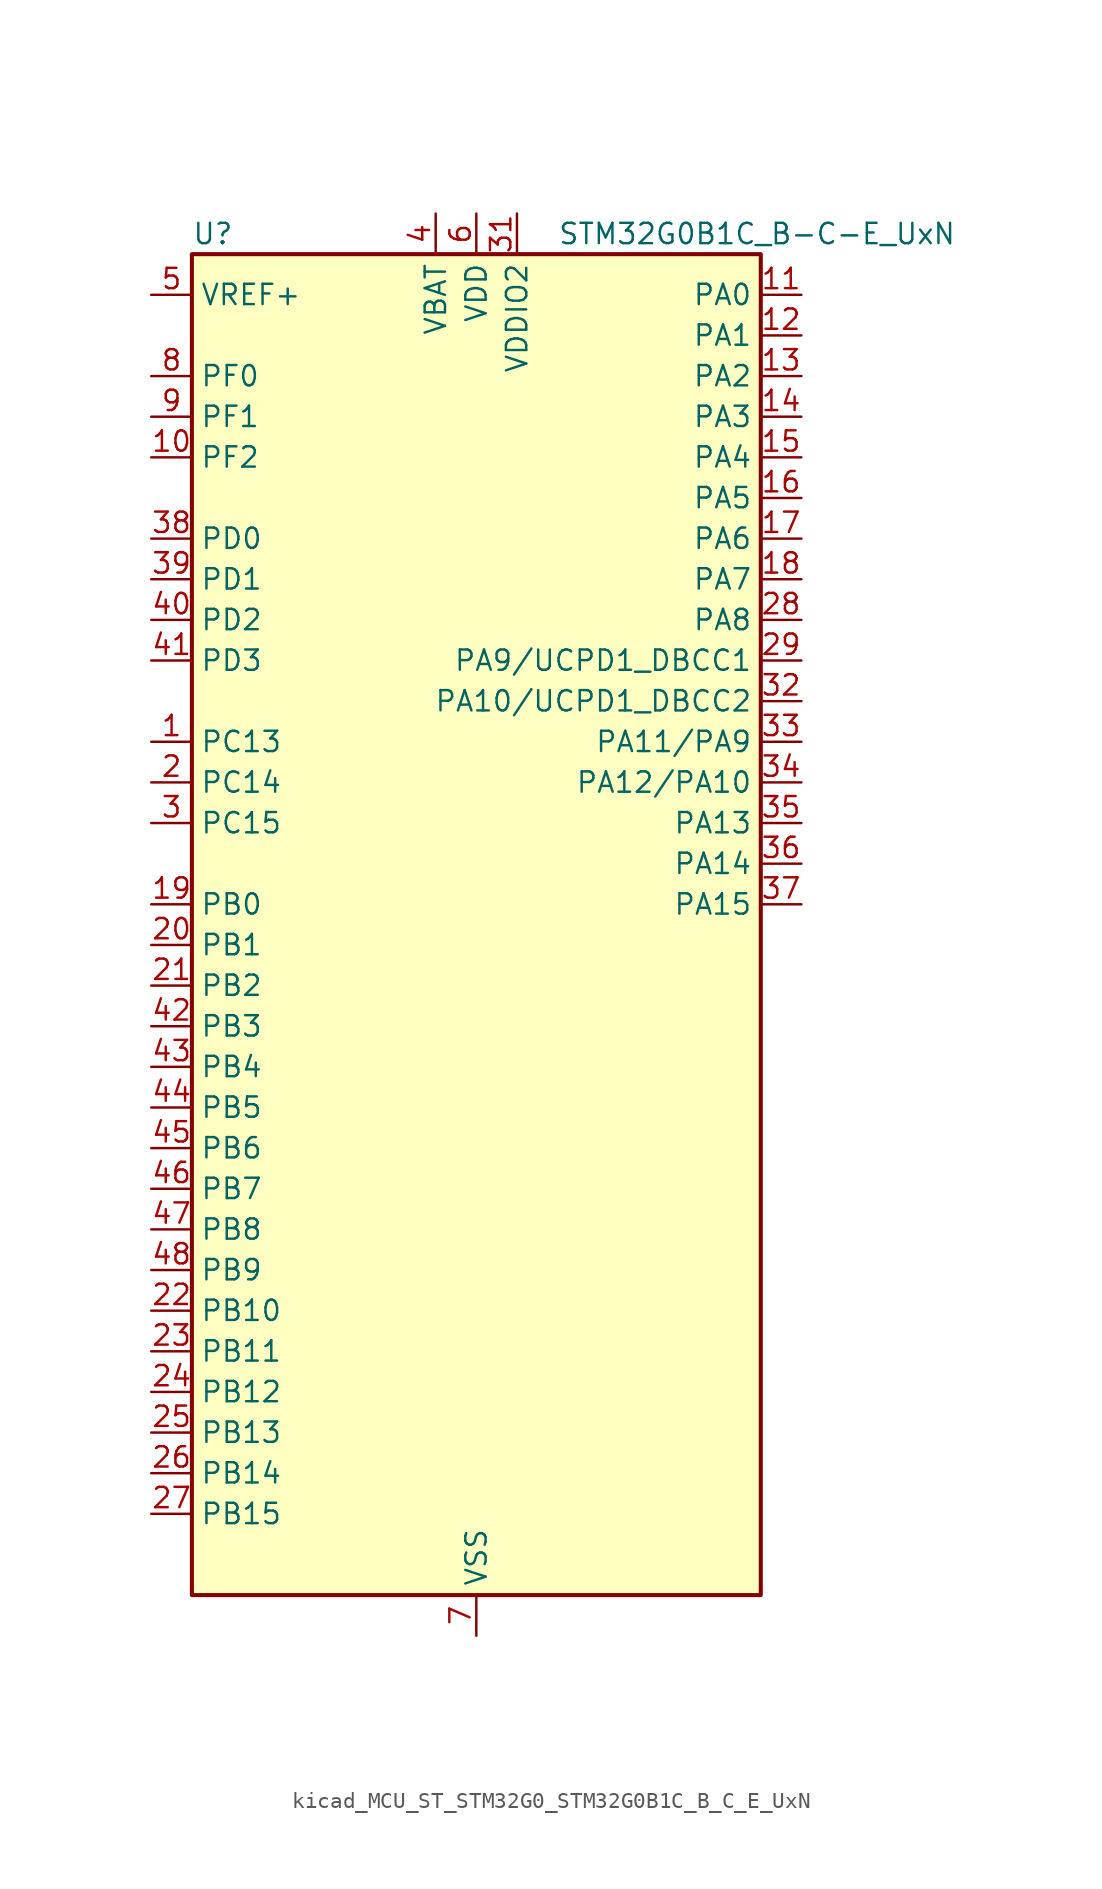
<source format=kicad_sym>
(kicad_symbol_lib
  (version 20220914)
  (generator kicad_symbol_editor)
  (symbol "kicad_MCU_ST_STM32G0_STM32G0B1C_B_C_E_UxN"
    (property "Reference" "U"
      (at -17.78 44.45 0)
      (effects (font (size 1.27 1.27)) (justify left)))
    (property "Value" "STM32G0B1C_B-C-E_UxN"
      (at 5.08 44.45 0)
      (effects (font (size 1.27 1.27)) (justify left)))
    (property "ki_locked" ""
      (at 0 0 0)
      (effects (font (size 1.27 1.27))))
    (symbol "kicad_MCU_ST_STM32G0_STM32G0B1C_B_C_E_UxN_0_1"
      (rectangle (start -17.78 -40.64) (end 17.78 43.18) (stroke (width 0.254) (type default)) (fill (type background))))
    (symbol "kicad_MCU_ST_STM32G0_STM32G0B1C_B_C_E_UxN_1_1"
      (pin bidirectional line (at -20.32 12.7 0) (length 2.54) (name "PC13" (effects (font (size 1.27 1.27)))) (number "1" (effects (font (size 1.27 1.27)))) (alternate "RTC_OUT1" bidirectional line) (alternate "RTC_TAMP_IN1" bidirectional line) (alternate "RTC_TS" bidirectional line) (alternate "SYS_WKUP2" bidirectional line) (alternate "TIM1_BK" bidirectional line))
      (pin bidirectional line (at -20.32 30.48 0) (length 2.54) (name "PF2" (effects (font (size 1.27 1.27)))) (number "10" (effects (font (size 1.27 1.27)))) (alternate "LPUART2_DE" bidirectional line) (alternate "LPUART2_RTS" bidirectional line) (alternate "LPUART2_TX" bidirectional line) (alternate "RCC_MCO" bidirectional line))
      (pin bidirectional line (at 20.32 40.64 180) (length 2.54) (name "PA0" (effects (font (size 1.27 1.27)))) (number "11" (effects (font (size 1.27 1.27)))) (alternate "ADC1_IN0" bidirectional line) (alternate "COMP1_INM" bidirectional line) (alternate "COMP1_OUT" bidirectional line) (alternate "I2S2_CK" bidirectional line) (alternate "LPTIM1_OUT" bidirectional line) (alternate "RTC_TAMP_IN2" bidirectional line) (alternate "SPI2_SCK" bidirectional line) (alternate "SYS_WKUP1" bidirectional line) (alternate "TIM2_CH1" bidirectional line) (alternate "TIM2_ETR" bidirectional line) (alternate "UCPD2_FRSTX1" bidirectional line) (alternate "UCPD2_FRSTX2" bidirectional line) (alternate "USART2_CTS" bidirectional line) (alternate "USART2_NSS" bidirectional line) (alternate "USART4_TX" bidirectional line))
      (pin bidirectional line (at 20.32 38.1 180) (length 2.54) (name "PA1" (effects (font (size 1.27 1.27)))) (number "12" (effects (font (size 1.27 1.27)))) (alternate "ADC1_IN1" bidirectional line) (alternate "COMP1_INP" bidirectional line) (alternate "I2C1_SMBA" bidirectional line) (alternate "I2S1_CK" bidirectional line) (alternate "SPI1_SCK" bidirectional line) (alternate "TIM15_CH1N" bidirectional line) (alternate "TIM2_CH2" bidirectional line) (alternate "USART2_CK" bidirectional line) (alternate "USART2_DE" bidirectional line) (alternate "USART2_RTS" bidirectional line) (alternate "USART4_RX" bidirectional line))
      (pin bidirectional line (at 20.32 35.56 180) (length 2.54) (name "PA2" (effects (font (size 1.27 1.27)))) (number "13" (effects (font (size 1.27 1.27)))) (alternate "ADC1_IN2" bidirectional line) (alternate "COMP2_INM" bidirectional line) (alternate "COMP2_OUT" bidirectional line) (alternate "I2S1_SD" bidirectional line) (alternate "LPUART1_TX" bidirectional line) (alternate "RCC_LSCO" bidirectional line) (alternate "SPI1_MOSI" bidirectional line) (alternate "SYS_WKUP4" bidirectional line) (alternate "TIM15_CH1" bidirectional line) (alternate "TIM2_CH3" bidirectional line) (alternate "UCPD1_FRSTX1" bidirectional line) (alternate "UCPD1_FRSTX2" bidirectional line) (alternate "USART2_TX" bidirectional line))
      (pin bidirectional line (at 20.32 33.02 180) (length 2.54) (name "PA3" (effects (font (size 1.27 1.27)))) (number "14" (effects (font (size 1.27 1.27)))) (alternate "ADC1_IN3" bidirectional line) (alternate "COMP2_INP" bidirectional line) (alternate "I2S2_MCK" bidirectional line) (alternate "LPUART1_RX" bidirectional line) (alternate "SPI2_MISO" bidirectional line) (alternate "TIM15_CH2" bidirectional line) (alternate "TIM2_CH4" bidirectional line) (alternate "UCPD2_FRSTX1" bidirectional line) (alternate "UCPD2_FRSTX2" bidirectional line) (alternate "USART2_RX" bidirectional line))
      (pin bidirectional line (at 20.32 30.48 180) (length 2.54) (name "PA4" (effects (font (size 1.27 1.27)))) (number "15" (effects (font (size 1.27 1.27)))) (alternate "ADC1_IN4" bidirectional line) (alternate "DAC1_OUT1" bidirectional line) (alternate "I2S1_WS" bidirectional line) (alternate "I2S2_SD" bidirectional line) (alternate "LPTIM2_OUT" bidirectional line) (alternate "RTC_OUT2" bidirectional line) (alternate "SPI1_NSS" bidirectional line) (alternate "SPI2_MOSI" bidirectional line) (alternate "SPI3_NSS" bidirectional line) (alternate "TIM14_CH1" bidirectional line) (alternate "UCPD2_FRSTX1" bidirectional line) (alternate "UCPD2_FRSTX2" bidirectional line) (alternate "USART6_TX" bidirectional line) (alternate "USB_NOE" bidirectional line))
      (pin bidirectional line (at 20.32 27.94 180) (length 2.54) (name "PA5" (effects (font (size 1.27 1.27)))) (number "16" (effects (font (size 1.27 1.27)))) (alternate "ADC1_IN5" bidirectional line) (alternate "CEC" bidirectional line) (alternate "DAC1_OUT2" bidirectional line) (alternate "I2S1_CK" bidirectional line) (alternate "LPTIM2_ETR" bidirectional line) (alternate "SPI1_SCK" bidirectional line) (alternate "TIM2_CH1" bidirectional line) (alternate "TIM2_ETR" bidirectional line) (alternate "UCPD1_FRSTX1" bidirectional line) (alternate "UCPD1_FRSTX2" bidirectional line) (alternate "USART3_TX" bidirectional line) (alternate "USART6_RX" bidirectional line))
      (pin bidirectional line (at 20.32 25.4 180) (length 2.54) (name "PA6" (effects (font (size 1.27 1.27)))) (number "17" (effects (font (size 1.27 1.27)))) (alternate "ADC1_IN6" bidirectional line) (alternate "COMP1_OUT" bidirectional line) (alternate "I2C2_SDA" bidirectional line) (alternate "I2C3_SDA" bidirectional line) (alternate "I2S1_MCK" bidirectional line) (alternate "LPUART1_CTS" bidirectional line) (alternate "SPI1_MISO" bidirectional line) (alternate "TIM16_CH1" bidirectional line) (alternate "TIM1_BK" bidirectional line) (alternate "TIM3_CH1" bidirectional line) (alternate "USART3_CTS" bidirectional line) (alternate "USART3_NSS" bidirectional line) (alternate "USART6_CTS" bidirectional line) (alternate "USART6_NSS" bidirectional line))
      (pin bidirectional line (at 20.32 22.86 180) (length 2.54) (name "PA7" (effects (font (size 1.27 1.27)))) (number "18" (effects (font (size 1.27 1.27)))) (alternate "ADC1_IN7" bidirectional line) (alternate "COMP2_OUT" bidirectional line) (alternate "I2C2_SCL" bidirectional line) (alternate "I2C3_SCL" bidirectional line) (alternate "I2S1_SD" bidirectional line) (alternate "SPI1_MOSI" bidirectional line) (alternate "TIM14_CH1" bidirectional line) (alternate "TIM17_CH1" bidirectional line) (alternate "TIM1_CH1N" bidirectional line) (alternate "TIM3_CH2" bidirectional line) (alternate "UCPD1_FRSTX1" bidirectional line) (alternate "UCPD1_FRSTX2" bidirectional line) (alternate "USART6_CK" bidirectional line) (alternate "USART6_DE" bidirectional line) (alternate "USART6_RTS" bidirectional line))
      (pin bidirectional line (at -20.32 2.54 0) (length 2.54) (name "PB0" (effects (font (size 1.27 1.27)))) (number "19" (effects (font (size 1.27 1.27)))) (alternate "ADC1_IN8" bidirectional line) (alternate "COMP1_OUT" bidirectional line) (alternate "COMP3_INP" bidirectional line) (alternate "FDCAN2_RX" bidirectional line) (alternate "I2S1_WS" bidirectional line) (alternate "LPTIM1_OUT" bidirectional line) (alternate "LPUART2_CTS" bidirectional line) (alternate "SPI1_NSS" bidirectional line) (alternate "TIM1_CH2N" bidirectional line) (alternate "TIM3_CH3" bidirectional line) (alternate "UCPD1_FRSTX1" bidirectional line) (alternate "UCPD1_FRSTX2" bidirectional line) (alternate "USART3_RX" bidirectional line) (alternate "USART5_TX" bidirectional line))
      (pin bidirectional line (at -20.32 10.16 0) (length 2.54) (name "PC14" (effects (font (size 1.27 1.27)))) (number "2" (effects (font (size 1.27 1.27)))) (alternate "RCC_OSC32_IN" bidirectional line) (alternate "TIM1_BK2" bidirectional line))
      (pin bidirectional line (at -20.32 0 0) (length 2.54) (name "PB1" (effects (font (size 1.27 1.27)))) (number "20" (effects (font (size 1.27 1.27)))) (alternate "ADC1_IN9" bidirectional line) (alternate "COMP1_INM" bidirectional line) (alternate "COMP3_OUT" bidirectional line) (alternate "FDCAN2_TX" bidirectional line) (alternate "LPTIM2_IN1" bidirectional line) (alternate "LPUART1_DE" bidirectional line) (alternate "LPUART1_RTS" bidirectional line) (alternate "LPUART2_DE" bidirectional line) (alternate "LPUART2_RTS" bidirectional line) (alternate "TIM14_CH1" bidirectional line) (alternate "TIM1_CH3N" bidirectional line) (alternate "TIM3_CH4" bidirectional line) (alternate "USART3_CK" bidirectional line) (alternate "USART3_DE" bidirectional line) (alternate "USART3_RTS" bidirectional line) (alternate "USART5_RX" bidirectional line))
      (pin bidirectional line (at -20.32 -2.54 0) (length 2.54) (name "PB2" (effects (font (size 1.27 1.27)))) (number "21" (effects (font (size 1.27 1.27)))) (alternate "ADC1_IN10" bidirectional line) (alternate "COMP1_INP" bidirectional line) (alternate "COMP3_INM" bidirectional line) (alternate "I2S2_MCK" bidirectional line) (alternate "LPTIM1_OUT" bidirectional line) (alternate "RCC_MCO_2" bidirectional line) (alternate "SPI2_MISO" bidirectional line) (alternate "USART3_TX" bidirectional line))
      (pin bidirectional line (at -20.32 -22.86 0) (length 2.54) (name "PB10" (effects (font (size 1.27 1.27)))) (number "22" (effects (font (size 1.27 1.27)))) (alternate "ADC1_IN11" bidirectional line) (alternate "CEC" bidirectional line) (alternate "COMP1_OUT" bidirectional line) (alternate "I2C2_SCL" bidirectional line) (alternate "I2S2_CK" bidirectional line) (alternate "LPUART1_RX" bidirectional line) (alternate "SPI2_SCK" bidirectional line) (alternate "TIM2_CH3" bidirectional line) (alternate "USART3_TX" bidirectional line))
      (pin bidirectional line (at -20.32 -25.4 0) (length 2.54) (name "PB11" (effects (font (size 1.27 1.27)))) (number "23" (effects (font (size 1.27 1.27)))) (alternate "ADC1_EXTI11" bidirectional line) (alternate "ADC1_IN15" bidirectional line) (alternate "COMP2_OUT" bidirectional line) (alternate "I2C2_SDA" bidirectional line) (alternate "I2S2_SD" bidirectional line) (alternate "LPUART1_TX" bidirectional line) (alternate "SPI2_MOSI" bidirectional line) (alternate "TIM2_CH4" bidirectional line) (alternate "USART3_RX" bidirectional line))
      (pin bidirectional line (at -20.32 -27.94 0) (length 2.54) (name "PB12" (effects (font (size 1.27 1.27)))) (number "24" (effects (font (size 1.27 1.27)))) (alternate "ADC1_IN16" bidirectional line) (alternate "FDCAN2_RX" bidirectional line) (alternate "I2C2_SMBA" bidirectional line) (alternate "I2S2_WS" bidirectional line) (alternate "LPUART1_DE" bidirectional line) (alternate "LPUART1_RTS" bidirectional line) (alternate "SPI2_NSS" bidirectional line) (alternate "TIM15_BK" bidirectional line) (alternate "TIM1_BK" bidirectional line) (alternate "UCPD2_FRSTX1" bidirectional line) (alternate "UCPD2_FRSTX2" bidirectional line))
      (pin bidirectional line (at -20.32 -30.48 0) (length 2.54) (name "PB13" (effects (font (size 1.27 1.27)))) (number "25" (effects (font (size 1.27 1.27)))) (alternate "FDCAN2_TX" bidirectional line) (alternate "I2C2_SCL" bidirectional line) (alternate "I2S2_CK" bidirectional line) (alternate "LPUART1_CTS" bidirectional line) (alternate "SPI2_SCK" bidirectional line) (alternate "TIM15_CH1N" bidirectional line) (alternate "TIM1_CH1N" bidirectional line) (alternate "USART3_CTS" bidirectional line) (alternate "USART3_NSS" bidirectional line))
      (pin bidirectional line (at -20.32 -33.02 0) (length 2.54) (name "PB14" (effects (font (size 1.27 1.27)))) (number "26" (effects (font (size 1.27 1.27)))) (alternate "I2C2_SDA" bidirectional line) (alternate "I2S2_MCK" bidirectional line) (alternate "SPI2_MISO" bidirectional line) (alternate "TIM15_CH1" bidirectional line) (alternate "TIM1_CH2N" bidirectional line) (alternate "UCPD1_FRSTX1" bidirectional line) (alternate "UCPD1_FRSTX2" bidirectional line) (alternate "USART3_CK" bidirectional line) (alternate "USART3_DE" bidirectional line) (alternate "USART3_RTS" bidirectional line) (alternate "USART6_CK" bidirectional line) (alternate "USART6_DE" bidirectional line) (alternate "USART6_RTS" bidirectional line))
      (pin bidirectional line (at -20.32 -35.56 0) (length 2.54) (name "PB15" (effects (font (size 1.27 1.27)))) (number "27" (effects (font (size 1.27 1.27)))) (alternate "I2S2_SD" bidirectional line) (alternate "RTC_REFIN" bidirectional line) (alternate "SPI2_MOSI" bidirectional line) (alternate "TIM15_CH1N" bidirectional line) (alternate "TIM15_CH2" bidirectional line) (alternate "TIM1_CH3N" bidirectional line) (alternate "UCPD1_CC2" bidirectional line) (alternate "USART6_CTS" bidirectional line) (alternate "USART6_NSS" bidirectional line))
      (pin bidirectional line (at 20.32 20.32 180) (length 2.54) (name "PA8" (effects (font (size 1.27 1.27)))) (number "28" (effects (font (size 1.27 1.27)))) (alternate "CRS1_SYNC" bidirectional line) (alternate "I2C2_SMBA" bidirectional line) (alternate "I2S2_WS" bidirectional line) (alternate "LPTIM2_OUT" bidirectional line) (alternate "RCC_MCO" bidirectional line) (alternate "SPI2_NSS" bidirectional line) (alternate "TIM1_CH1" bidirectional line) (alternate "UCPD1_CC1" bidirectional line))
      (pin bidirectional line (at 20.32 17.78 180) (length 2.54) (name "PA9/UCPD1_DBCC1" (effects (font (size 1.27 1.27)))) (number "29" (effects (font (size 1.27 1.27)))) (alternate "DAC1_EXTI9" bidirectional line) (alternate "I2C1_SCL" bidirectional line) (alternate "I2C2_SCL" bidirectional line) (alternate "I2S2_MCK" bidirectional line) (alternate "RCC_MCO" bidirectional line) (alternate "SPI2_MISO" bidirectional line) (alternate "TIM15_BK" bidirectional line) (alternate "TIM1_CH2" bidirectional line) (alternate "UCPD1_DBCC1" bidirectional line) (alternate "USART1_TX" bidirectional line))
      (pin bidirectional line (at -20.32 7.62 0) (length 2.54) (name "PC15" (effects (font (size 1.27 1.27)))) (number "3" (effects (font (size 1.27 1.27)))) (alternate "RCC_OSC32_EN" bidirectional line) (alternate "RCC_OSC32_OUT" bidirectional line) (alternate "RCC_OSC_EN" bidirectional line) (alternate "TIM15_BK" bidirectional line))
      (pin passive line (at 0 -43.18 90) (length 2.54) hide (name "VSS" (effects (font (size 1.27 1.27)))) (number "30" (effects (font (size 1.27 1.27)))))
      (pin power_in line (at 2.54 45.72 270) (length 2.54) (name "VDDIO2" (effects (font (size 1.27 1.27)))) (number "31" (effects (font (size 1.27 1.27)))))
      (pin bidirectional line (at 20.32 15.24 180) (length 2.54) (name "PA10/UCPD1_DBCC2" (effects (font (size 1.27 1.27)))) (number "32" (effects (font (size 1.27 1.27)))) (alternate "I2C1_SDA" bidirectional line) (alternate "I2C2_SDA" bidirectional line) (alternate "I2S2_SD" bidirectional line) (alternate "RCC_MCO_2" bidirectional line) (alternate "SPI2_MOSI" bidirectional line) (alternate "TIM17_BK" bidirectional line) (alternate "TIM1_CH3" bidirectional line) (alternate "UCPD1_DBCC2" bidirectional line) (alternate "USART1_RX" bidirectional line))
      (pin bidirectional line (at 20.32 12.7 180) (length 2.54) (name "PA11/PA9" (effects (font (size 1.27 1.27)))) (number "33" (effects (font (size 1.27 1.27)))) (alternate "ADC1_EXTI11" bidirectional line) (alternate "COMP1_OUT" bidirectional line) (alternate "FDCAN1_RX" bidirectional line) (alternate "I2C2_SCL" bidirectional line) (alternate "I2S1_MCK" bidirectional line) (alternate "SPI1_MISO" bidirectional line) (alternate "TIM1_BK2" bidirectional line) (alternate "TIM1_CH4" bidirectional line) (alternate "USART1_CTS" bidirectional line) (alternate "USART1_NSS" bidirectional line) (alternate "USB_DM" bidirectional line))
      (pin bidirectional line (at 20.32 10.16 180) (length 2.54) (name "PA12/PA10" (effects (font (size 1.27 1.27)))) (number "34" (effects (font (size 1.27 1.27)))) (alternate "COMP2_OUT" bidirectional line) (alternate "FDCAN1_TX" bidirectional line) (alternate "I2C2_SDA" bidirectional line) (alternate "I2S1_SD" bidirectional line) (alternate "I2S_CKIN" bidirectional line) (alternate "SPI1_MOSI" bidirectional line) (alternate "TIM1_ETR" bidirectional line) (alternate "USART1_CK" bidirectional line) (alternate "USART1_DE" bidirectional line) (alternate "USART1_RTS" bidirectional line) (alternate "USB_DP" bidirectional line))
      (pin bidirectional line (at 20.32 7.62 180) (length 2.54) (name "PA13" (effects (font (size 1.27 1.27)))) (number "35" (effects (font (size 1.27 1.27)))) (alternate "IR_OUT" bidirectional line) (alternate "LPUART2_RX" bidirectional line) (alternate "SYS_SWDIO" bidirectional line) (alternate "USB_NOE" bidirectional line))
      (pin bidirectional line (at 20.32 5.08 180) (length 2.54) (name "PA14" (effects (font (size 1.27 1.27)))) (number "36" (effects (font (size 1.27 1.27)))) (alternate "LPUART2_TX" bidirectional line) (alternate "SYS_SWCLK" bidirectional line) (alternate "USART2_TX" bidirectional line))
      (pin bidirectional line (at 20.32 2.54 180) (length 2.54) (name "PA15" (effects (font (size 1.27 1.27)))) (number "37" (effects (font (size 1.27 1.27)))) (alternate "I2C2_SMBA" bidirectional line) (alternate "I2S1_WS" bidirectional line) (alternate "RCC_MCO_2" bidirectional line) (alternate "SPI1_NSS" bidirectional line) (alternate "SPI3_NSS" bidirectional line) (alternate "TIM2_CH1" bidirectional line) (alternate "TIM2_ETR" bidirectional line) (alternate "USART2_RX" bidirectional line) (alternate "USART3_CK" bidirectional line) (alternate "USART3_DE" bidirectional line) (alternate "USART3_RTS" bidirectional line) (alternate "USART4_CK" bidirectional line) (alternate "USART4_DE" bidirectional line) (alternate "USART4_RTS" bidirectional line) (alternate "USB_NOE" bidirectional line))
      (pin bidirectional line (at -20.32 25.4 0) (length 2.54) (name "PD0" (effects (font (size 1.27 1.27)))) (number "38" (effects (font (size 1.27 1.27)))) (alternate "FDCAN1_RX" bidirectional line) (alternate "I2S2_WS" bidirectional line) (alternate "SPI2_NSS" bidirectional line) (alternate "TIM16_CH1" bidirectional line) (alternate "UCPD2_CC1" bidirectional line))
      (pin bidirectional line (at -20.32 22.86 0) (length 2.54) (name "PD1" (effects (font (size 1.27 1.27)))) (number "39" (effects (font (size 1.27 1.27)))) (alternate "FDCAN1_TX" bidirectional line) (alternate "I2S2_CK" bidirectional line) (alternate "SPI2_SCK" bidirectional line) (alternate "TIM17_CH1" bidirectional line) (alternate "UCPD2_DBCC1" bidirectional line))
      (pin power_in line (at -2.54 45.72 270) (length 2.54) (name "VBAT" (effects (font (size 1.27 1.27)))) (number "4" (effects (font (size 1.27 1.27)))))
      (pin bidirectional line (at -20.32 20.32 0) (length 2.54) (name "PD2" (effects (font (size 1.27 1.27)))) (number "40" (effects (font (size 1.27 1.27)))) (alternate "TIM1_CH1N" bidirectional line) (alternate "TIM3_ETR" bidirectional line) (alternate "UCPD2_CC2" bidirectional line) (alternate "USART3_CK" bidirectional line) (alternate "USART3_DE" bidirectional line) (alternate "USART3_RTS" bidirectional line) (alternate "USART5_RX" bidirectional line))
      (pin bidirectional line (at -20.32 17.78 0) (length 2.54) (name "PD3" (effects (font (size 1.27 1.27)))) (number "41" (effects (font (size 1.27 1.27)))) (alternate "I2S2_MCK" bidirectional line) (alternate "SPI2_MISO" bidirectional line) (alternate "TIM1_CH2N" bidirectional line) (alternate "UCPD2_DBCC2" bidirectional line) (alternate "USART2_CTS" bidirectional line) (alternate "USART2_NSS" bidirectional line) (alternate "USART5_TX" bidirectional line))
      (pin bidirectional line (at -20.32 -5.08 0) (length 2.54) (name "PB3" (effects (font (size 1.27 1.27)))) (number "42" (effects (font (size 1.27 1.27)))) (alternate "COMP2_INM" bidirectional line) (alternate "I2C2_SCL" bidirectional line) (alternate "I2C3_SCL" bidirectional line) (alternate "I2S1_CK" bidirectional line) (alternate "SPI1_SCK" bidirectional line) (alternate "SPI3_SCK" bidirectional line) (alternate "TIM1_CH2" bidirectional line) (alternate "TIM2_CH2" bidirectional line) (alternate "USART1_CK" bidirectional line) (alternate "USART1_DE" bidirectional line) (alternate "USART1_RTS" bidirectional line) (alternate "USART5_TX" bidirectional line))
      (pin bidirectional line (at -20.32 -7.62 0) (length 2.54) (name "PB4" (effects (font (size 1.27 1.27)))) (number "43" (effects (font (size 1.27 1.27)))) (alternate "COMP2_INP" bidirectional line) (alternate "I2C2_SDA" bidirectional line) (alternate "I2C3_SDA" bidirectional line) (alternate "I2S1_MCK" bidirectional line) (alternate "SPI1_MISO" bidirectional line) (alternate "SPI3_MISO" bidirectional line) (alternate "TIM17_BK" bidirectional line) (alternate "TIM3_CH1" bidirectional line) (alternate "USART1_CTS" bidirectional line) (alternate "USART1_NSS" bidirectional line) (alternate "USART5_RX" bidirectional line))
      (pin bidirectional line (at -20.32 -10.16 0) (length 2.54) (name "PB5" (effects (font (size 1.27 1.27)))) (number "44" (effects (font (size 1.27 1.27)))) (alternate "COMP2_OUT" bidirectional line) (alternate "FDCAN2_RX" bidirectional line) (alternate "I2C1_SMBA" bidirectional line) (alternate "I2S1_SD" bidirectional line) (alternate "LPTIM1_IN1" bidirectional line) (alternate "SPI1_MOSI" bidirectional line) (alternate "SPI3_MOSI" bidirectional line) (alternate "SYS_WKUP6" bidirectional line) (alternate "TIM16_BK" bidirectional line) (alternate "TIM3_CH2" bidirectional line) (alternate "USART5_CK" bidirectional line) (alternate "USART5_DE" bidirectional line) (alternate "USART5_RTS" bidirectional line))
      (pin bidirectional line (at -20.32 -12.7 0) (length 2.54) (name "PB6" (effects (font (size 1.27 1.27)))) (number "45" (effects (font (size 1.27 1.27)))) (alternate "COMP2_INP" bidirectional line) (alternate "FDCAN2_TX" bidirectional line) (alternate "I2C1_SCL" bidirectional line) (alternate "I2S2_MCK" bidirectional line) (alternate "LPTIM1_ETR" bidirectional line) (alternate "LPUART2_TX" bidirectional line) (alternate "SPI2_MISO" bidirectional line) (alternate "TIM16_CH1N" bidirectional line) (alternate "TIM1_CH3" bidirectional line) (alternate "TIM4_CH1" bidirectional line) (alternate "USART1_TX" bidirectional line) (alternate "USART5_CTS" bidirectional line) (alternate "USART5_NSS" bidirectional line))
      (pin bidirectional line (at -20.32 -15.24 0) (length 2.54) (name "PB7" (effects (font (size 1.27 1.27)))) (number "46" (effects (font (size 1.27 1.27)))) (alternate "COMP2_INM" bidirectional line) (alternate "I2C1_SDA" bidirectional line) (alternate "I2S2_SD" bidirectional line) (alternate "LPTIM1_IN2" bidirectional line) (alternate "LPUART2_RX" bidirectional line) (alternate "SPI2_MOSI" bidirectional line) (alternate "SYS_PVD_IN" bidirectional line) (alternate "TIM17_CH1N" bidirectional line) (alternate "TIM4_CH2" bidirectional line) (alternate "USART1_RX" bidirectional line) (alternate "USART4_CTS" bidirectional line) (alternate "USART4_NSS" bidirectional line))
      (pin bidirectional line (at -20.32 -17.78 0) (length 2.54) (name "PB8" (effects (font (size 1.27 1.27)))) (number "47" (effects (font (size 1.27 1.27)))) (alternate "CEC" bidirectional line) (alternate "FDCAN1_RX" bidirectional line) (alternate "I2C1_SCL" bidirectional line) (alternate "I2S2_CK" bidirectional line) (alternate "SPI2_SCK" bidirectional line) (alternate "TIM15_BK" bidirectional line) (alternate "TIM16_CH1" bidirectional line) (alternate "TIM4_CH3" bidirectional line) (alternate "USART3_TX" bidirectional line) (alternate "USART6_TX" bidirectional line))
      (pin bidirectional line (at -20.32 -20.32 0) (length 2.54) (name "PB9" (effects (font (size 1.27 1.27)))) (number "48" (effects (font (size 1.27 1.27)))) (alternate "DAC1_EXTI9" bidirectional line) (alternate "FDCAN1_TX" bidirectional line) (alternate "I2C1_SDA" bidirectional line) (alternate "I2S2_WS" bidirectional line) (alternate "IR_OUT" bidirectional line) (alternate "SPI2_NSS" bidirectional line) (alternate "TIM17_CH1" bidirectional line) (alternate "TIM4_CH4" bidirectional line) (alternate "UCPD2_FRSTX1" bidirectional line) (alternate "UCPD2_FRSTX2" bidirectional line) (alternate "USART3_RX" bidirectional line) (alternate "USART6_RX" bidirectional line))
      (pin passive line (at 0 -43.18 90) (length 2.54) hide (name "VSS" (effects (font (size 1.27 1.27)))) (number "49" (effects (font (size 1.27 1.27)))))
      (pin input line (at -20.32 40.64 0) (length 2.54) (name "VREF+" (effects (font (size 1.27 1.27)))) (number "5" (effects (font (size 1.27 1.27)))) (alternate "VREFBUF_OUT" bidirectional line))
      (pin power_in line (at 0 45.72 270) (length 2.54) (name "VDD" (effects (font (size 1.27 1.27)))) (number "6" (effects (font (size 1.27 1.27)))))
      (pin power_in line (at 0 -43.18 90) (length 2.54) (name "VSS" (effects (font (size 1.27 1.27)))) (number "7" (effects (font (size 1.27 1.27)))))
      (pin bidirectional line (at -20.32 35.56 0) (length 2.54) (name "PF0" (effects (font (size 1.27 1.27)))) (number "8" (effects (font (size 1.27 1.27)))) (alternate "CRS1_SYNC" bidirectional line) (alternate "RCC_OSC_IN" bidirectional line) (alternate "TIM14_CH1" bidirectional line))
      (pin bidirectional line (at -20.32 33.02 0) (length 2.54) (name "PF1" (effects (font (size 1.27 1.27)))) (number "9" (effects (font (size 1.27 1.27)))) (alternate "RCC_OSC_EN" bidirectional line) (alternate "RCC_OSC_OUT" bidirectional line) (alternate "TIM15_CH1N" bidirectional line)))))
</source>
